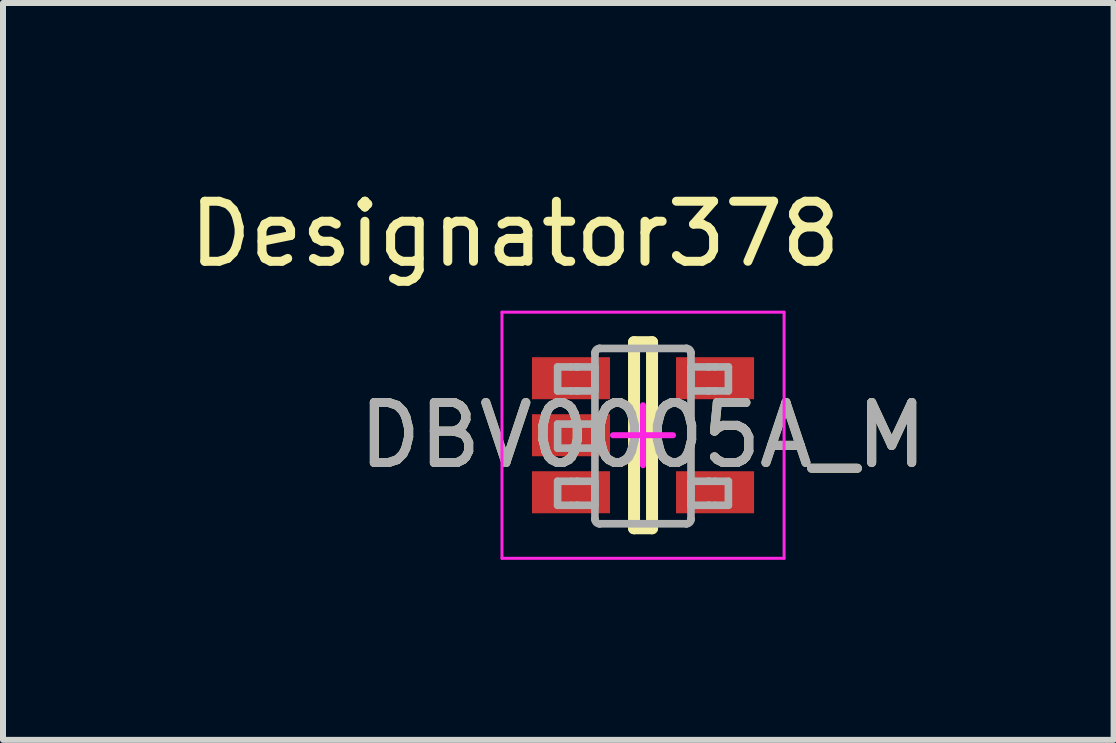
<source format=kicad_pcb>
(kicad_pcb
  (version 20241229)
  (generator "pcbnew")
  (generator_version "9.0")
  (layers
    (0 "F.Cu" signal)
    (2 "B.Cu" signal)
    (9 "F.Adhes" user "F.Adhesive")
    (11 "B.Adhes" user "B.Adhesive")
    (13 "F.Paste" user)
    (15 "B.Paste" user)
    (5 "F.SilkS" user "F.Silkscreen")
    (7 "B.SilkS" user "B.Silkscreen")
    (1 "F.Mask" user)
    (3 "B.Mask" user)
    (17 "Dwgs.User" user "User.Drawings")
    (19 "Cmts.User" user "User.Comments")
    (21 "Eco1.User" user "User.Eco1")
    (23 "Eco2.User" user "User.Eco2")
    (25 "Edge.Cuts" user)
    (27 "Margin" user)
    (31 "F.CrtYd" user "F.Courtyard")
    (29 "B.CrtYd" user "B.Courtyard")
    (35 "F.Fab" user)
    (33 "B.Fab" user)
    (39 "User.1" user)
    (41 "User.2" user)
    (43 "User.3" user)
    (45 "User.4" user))
  (footprint "DBV0005A_M"
    (layer "F.Cu")
    (at 7.663 4.201)
    (property "Reference" "DBV0005A_M" (at 0 0 0) (unlocked yes) (layer "F.SilkS") (effects (font (size 1 1) (thickness 0.15))))
    (attr smd)
    (fp_line (start -0.15 -1.55) (end 0.15 -1.55) (stroke (width 0.2) (type solid)) (layer "F.SilkS"))
    (fp_line (start -0.15 1.55) (end -0.15 -1.55) (stroke (width 0.2) (type solid)) (layer "F.SilkS"))
    (fp_line (start -0.15 1.55) (end 0.15 1.55) (stroke (width 0.2) (type solid)) (layer "F.SilkS"))
    (fp_line (start 0.15 1.55) (end 0.15 -1.55) (stroke (width 0.2) (type solid)) (layer "F.SilkS"))
    (fp_line (start -2.35 -2.05) (end 2.35 -2.05) (stroke (width 0.05) (type solid)) (layer "F.CrtYd"))
    (fp_line (start -2.35 2.05) (end -2.35 -2.05) (stroke (width 0.05) (type solid)) (layer "F.CrtYd"))
    (fp_line (start -2.35 2.05) (end 2.35 2.05) (stroke (width 0.05) (type solid)) (layer "F.CrtYd"))
    (fp_line (start -0.5 0) (end 0.5 0) (stroke (width 0.1) (type solid)) (layer "F.CrtYd"))
    (fp_line (start 0 0.5) (end 0 -0.5) (stroke (width 0.1) (type solid)) (layer "F.CrtYd"))
    (fp_line (start 2.35 2.05) (end 2.35 -2.05) (stroke (width 0.05) (type solid)) (layer "F.CrtYd"))
    (fp_line (start -1.423 -1.138) (end -1.199 -1.138) (stroke (width 0.127) (type solid)) (layer "F.Fab"))
    (fp_line (start -1.423 -0.738) (end -1.423 -1.138) (stroke (width 0.127) (type solid)) (layer "F.Fab"))
    (fp_line (start -1.423 -0.738) (end -1.199 -0.738) (stroke (width 0.127) (type solid)) (layer "F.Fab"))
    (fp_line (start -1.423 -0.186) (end -1.199 -0.186) (stroke (width 0.127) (type solid)) (layer "F.Fab"))
    (fp_line (start -1.423 0.215) (end -1.423 -0.186) (stroke (width 0.127) (type solid)) (layer "F.Fab"))
    (fp_line (start -1.423 0.215) (end -1.199 0.215) (stroke (width 0.127) (type solid)) (layer "F.Fab"))
    (fp_line (start -1.423 0.767) (end -1.199 0.767) (stroke (width 0.127) (type solid)) (layer "F.Fab"))
    (fp_line (start -1.423 1.167) (end -1.423 0.767) (stroke (width 0.127) (type solid)) (layer "F.Fab"))
    (fp_line (start -1.423 1.167) (end -1.199 1.167) (stroke (width 0.127) (type solid)) (layer "F.Fab"))
    (fp_line (start -1.199 -1.138) (end -1.105 -1.138) (stroke (width 0.127) (type solid)) (layer "F.Fab"))
    (fp_line (start -1.199 -0.738) (end -1.105 -0.738) (stroke (width 0.127) (type solid)) (layer "F.Fab"))
    (fp_line (start -1.199 -0.186) (end -1.105 -0.186) (stroke (width 0.127) (type solid)) (layer "F.Fab"))
    (fp_line (start -1.199 0.215) (end -1.105 0.215) (stroke (width 0.127) (type solid)) (layer "F.Fab"))
    (fp_line (start -1.199 0.767) (end -1.105 0.767) (stroke (width 0.127) (type solid)) (layer "F.Fab"))
    (fp_line (start -1.199 1.167) (end -1.105 1.167) (stroke (width 0.127) (type solid)) (layer "F.Fab"))
    (fp_line (start -1.105 -1.138) (end -1.088 -1.138) (stroke (width 0.127) (type solid)) (layer "F.Fab"))
    (fp_line (start -1.105 -0.738) (end -1.088 -0.738) (stroke (width 0.127) (type solid)) (layer "F.Fab"))
    (fp_line (start -1.105 -0.186) (end -1.088 -0.186) (stroke (width 0.127) (type solid)) (layer "F.Fab"))
    (fp_line (start -1.105 0.215) (end -1.088 0.215) (stroke (width 0.127) (type solid)) (layer "F.Fab"))
    (fp_line (start -1.105 0.767) (end -1.088 0.767) (stroke (width 0.127) (type solid)) (layer "F.Fab"))
    (fp_line (start -1.105 1.167) (end -1.088 1.167) (stroke (width 0.127) (type solid)) (layer "F.Fab"))
    (fp_line (start -1.088 -1.138) (end -0.835 -1.138) (stroke (width 0.127) (type solid)) (layer "F.Fab"))
    (fp_line (start -1.088 -0.738) (end -0.835 -0.738) (stroke (width 0.127) (type solid)) (layer "F.Fab"))
    (fp_line (start -1.088 -0.186) (end -0.835 -0.186) (stroke (width 0.127) (type solid)) (layer "F.Fab"))
    (fp_line (start -1.088 0.215) (end -0.835 0.215) (stroke (width 0.127) (type solid)) (layer "F.Fab"))
    (fp_line (start -1.088 0.767) (end -0.835 0.767) (stroke (width 0.127) (type solid)) (layer "F.Fab"))
    (fp_line (start -1.088 1.167) (end -0.835 1.167) (stroke (width 0.127) (type solid)) (layer "F.Fab"))
    (fp_line (start -0.835 -1.138) (end -0.801 -1.138) (stroke (width 0.127) (type solid)) (layer "F.Fab"))
    (fp_line (start -0.835 -0.738) (end -0.801 -0.738) (stroke (width 0.127) (type solid)) (layer "F.Fab"))
    (fp_line (start -0.835 -0.186) (end -0.801 -0.186) (stroke (width 0.127) (type solid)) (layer "F.Fab"))
    (fp_line (start -0.835 0.215) (end -0.801 0.215) (stroke (width 0.127) (type solid)) (layer "F.Fab"))
    (fp_line (start -0.835 0.767) (end -0.801 0.767) (stroke (width 0.127) (type solid)) (layer "F.Fab"))
    (fp_line (start -0.835 1.167) (end -0.801 1.167) (stroke (width 0.127) (type solid)) (layer "F.Fab"))
    (fp_line (start -0.801 -1.37) (end -0.801 -1.371) (stroke (width 0.127) (type solid)) (layer "F.Fab"))
    (fp_line (start -0.801 -0.738) (end -0.801 -1.138) (stroke (width 0.127) (type solid)) (layer "F.Fab"))
    (fp_line (start -0.801 0.215) (end -0.801 -0.186) (stroke (width 0.127) (type solid)) (layer "F.Fab"))
    (fp_line (start -0.801 1.167) (end -0.801 0.767) (stroke (width 0.127) (type solid)) (layer "F.Fab"))
    (fp_line (start -0.801 1.399) (end -0.801 -1.37) (stroke (width 0.127) (type solid)) (layer "F.Fab"))
    (fp_line (start -0.801 1.4) (end -0.801 1.399) (stroke (width 0.127) (type solid)) (layer "F.Fab"))
    (fp_line (start -0.725 -1.446) (end -0.725 -1.446) (stroke (width 0.127) (type solid)) (layer "F.Fab"))
    (fp_line (start -0.725 1.475) (end -0.725 1.475) (stroke (width 0.127) (type solid)) (layer "F.Fab"))
    (fp_line (start -0.725 -1.446) (end 0.723 -1.446) (stroke (width 0.127) (type solid)) (layer "F.Fab"))
    (fp_line (start -0.725 1.475) (end 0.723 1.475) (stroke (width 0.127) (type solid)) (layer "F.Fab"))
    (fp_line (start 0.723 -1.446) (end 0.724 -1.446) (stroke (width 0.127) (type solid)) (layer "F.Fab"))
    (fp_line (start 0.723 1.475) (end 0.724 1.475) (stroke (width 0.127) (type solid)) (layer "F.Fab"))
    (fp_line (start 0.799 -1.37) (end 0.799 -1.371) (stroke (width 0.127) (type solid)) (layer "F.Fab"))
    (fp_line (start 0.799 -1.138) (end 0.834 -1.138) (stroke (width 0.127) (type solid)) (layer "F.Fab"))
    (fp_line (start 0.799 -0.738) (end 0.799 -1.138) (stroke (width 0.127) (type solid)) (layer "F.Fab"))
    (fp_line (start 0.799 -0.738) (end 0.834 -0.738) (stroke (width 0.127) (type solid)) (layer "F.Fab"))
    (fp_line (start 0.799 0.767) (end 0.834 0.767) (stroke (width 0.127) (type solid)) (layer "F.Fab"))
    (fp_line (start 0.799 1.167) (end 0.799 0.767) (stroke (width 0.127) (type solid)) (layer "F.Fab"))
    (fp_line (start 0.799 1.167) (end 0.834 1.167) (stroke (width 0.127) (type solid)) (layer "F.Fab"))
    (fp_line (start 0.799 1.399) (end 0.799 -1.37) (stroke (width 0.127) (type solid)) (layer "F.Fab"))
    (fp_line (start 0.799 1.4) (end 0.799 1.399) (stroke (width 0.127) (type solid)) (layer "F.Fab"))
    (fp_line (start 0.834 -1.138) (end 1.087 -1.138) (stroke (width 0.127) (type solid)) (layer "F.Fab"))
    (fp_line (start 0.834 -0.738) (end 1.087 -0.738) (stroke (width 0.127) (type solid)) (layer "F.Fab"))
    (fp_line (start 0.834 0.767) (end 1.087 0.767) (stroke (width 0.127) (type solid)) (layer "F.Fab"))
    (fp_line (start 0.834 1.167) (end 1.087 1.167) (stroke (width 0.127) (type solid)) (layer "F.Fab"))
    (fp_line (start 1.087 -1.138) (end 1.103 -1.138) (stroke (width 0.127) (type solid)) (layer "F.Fab"))
    (fp_line (start 1.087 -0.738) (end 1.103 -0.738) (stroke (width 0.127) (type solid)) (layer "F.Fab"))
    (fp_line (start 1.087 0.767) (end 1.103 0.767) (stroke (width 0.127) (type solid)) (layer "F.Fab"))
    (fp_line (start 1.087 1.167) (end 1.103 1.167) (stroke (width 0.127) (type solid)) (layer "F.Fab"))
    (fp_line (start 1.103 -1.138) (end 1.198 -1.138) (stroke (width 0.127) (type solid)) (layer "F.Fab"))
    (fp_line (start 1.103 -0.738) (end 1.198 -0.738) (stroke (width 0.127) (type solid)) (layer "F.Fab"))
    (fp_line (start 1.103 0.767) (end 1.198 0.767) (stroke (width 0.127) (type solid)) (layer "F.Fab"))
    (fp_line (start 1.103 1.167) (end 1.198 1.167) (stroke (width 0.127) (type solid)) (layer "F.Fab"))
    (fp_line (start 1.198 -1.138) (end 1.422 -1.138) (stroke (width 0.127) (type solid)) (layer "F.Fab"))
    (fp_line (start 1.198 -0.738) (end 1.422 -0.738) (stroke (width 0.127) (type solid)) (layer "F.Fab"))
    (fp_line (start 1.198 0.767) (end 1.422 0.767) (stroke (width 0.127) (type solid)) (layer "F.Fab"))
    (fp_line (start 1.198 1.167) (end 1.422 1.167) (stroke (width 0.127) (type solid)) (layer "F.Fab"))
    (fp_line (start 1.422 -0.738) (end 1.422 -1.138) (stroke (width 0.127) (type solid)) (layer "F.Fab"))
    (fp_line (start 1.422 1.167) (end 1.422 0.767) (stroke (width 0.127) (type solid)) (layer "F.Fab"))
    (fp_arc (start -0.80074 -1.37084) (mid -0.778218 -1.423887) (end -0.724999 -1.445998) (stroke (width 0.127) (type solid)) (layer "F.Fab"))
    (fp_arc (start -0.724999 1.475) (mid -0.778213 1.452901) (end -0.80074 1.399867) (stroke (width 0.127) (type solid)) (layer "F.Fab"))
    (fp_arc (start 0.723714 -1.445998) (mid 0.776933 -1.423887) (end 0.799455 -1.37084) (stroke (width 0.127) (type solid)) (layer "F.Fab"))
    (fp_arc (start 0.799455 1.399868) (mid 0.776927 1.452901) (end 0.723713 1.475) (stroke (width 0.127) (type solid)) (layer "F.Fab"))
    (fp_text user "Designator378" (at -2.134 -3.353 0) (unlocked yes) (layer "F.SilkS") (effects (font (size 1 1) (thickness 0.15))))
    (fp_text user "${REFERENCE}" (at 0 0 0) (unlocked yes) (layer "F.Fab") (effects (font (size 1 1) (thickness 0.15))))
    (pad "1" smd rect (at -1.2 -0.95 90) (size 0.7 1.3) (layers "F.Cu" "F.Mask" "F.Paste"))
    (pad "2" smd rect (at -1.2 0 90) (size 0.7 1.3) (layers "F.Cu" "F.Mask" "F.Paste"))
    (pad "3" smd rect (at -1.2 0.95 90) (size 0.7 1.3) (layers "F.Cu" "F.Mask" "F.Paste"))
    (pad "4" smd rect (at 1.2 0.95 90) (size 0.7 1.3) (layers "F.Cu" "F.Mask" "F.Paste"))
    (pad "5" smd rect (at 1.2 -0.95 90) (size 0.7 1.3) (layers "F.Cu" "F.Mask" "F.Paste")))
  (gr_rect
    (start -3 -3)
    (end 15.503 9.276)
    (stroke (width 0.1) (type default))
    (fill no)
    (layer "Edge.Cuts")))
</source>
